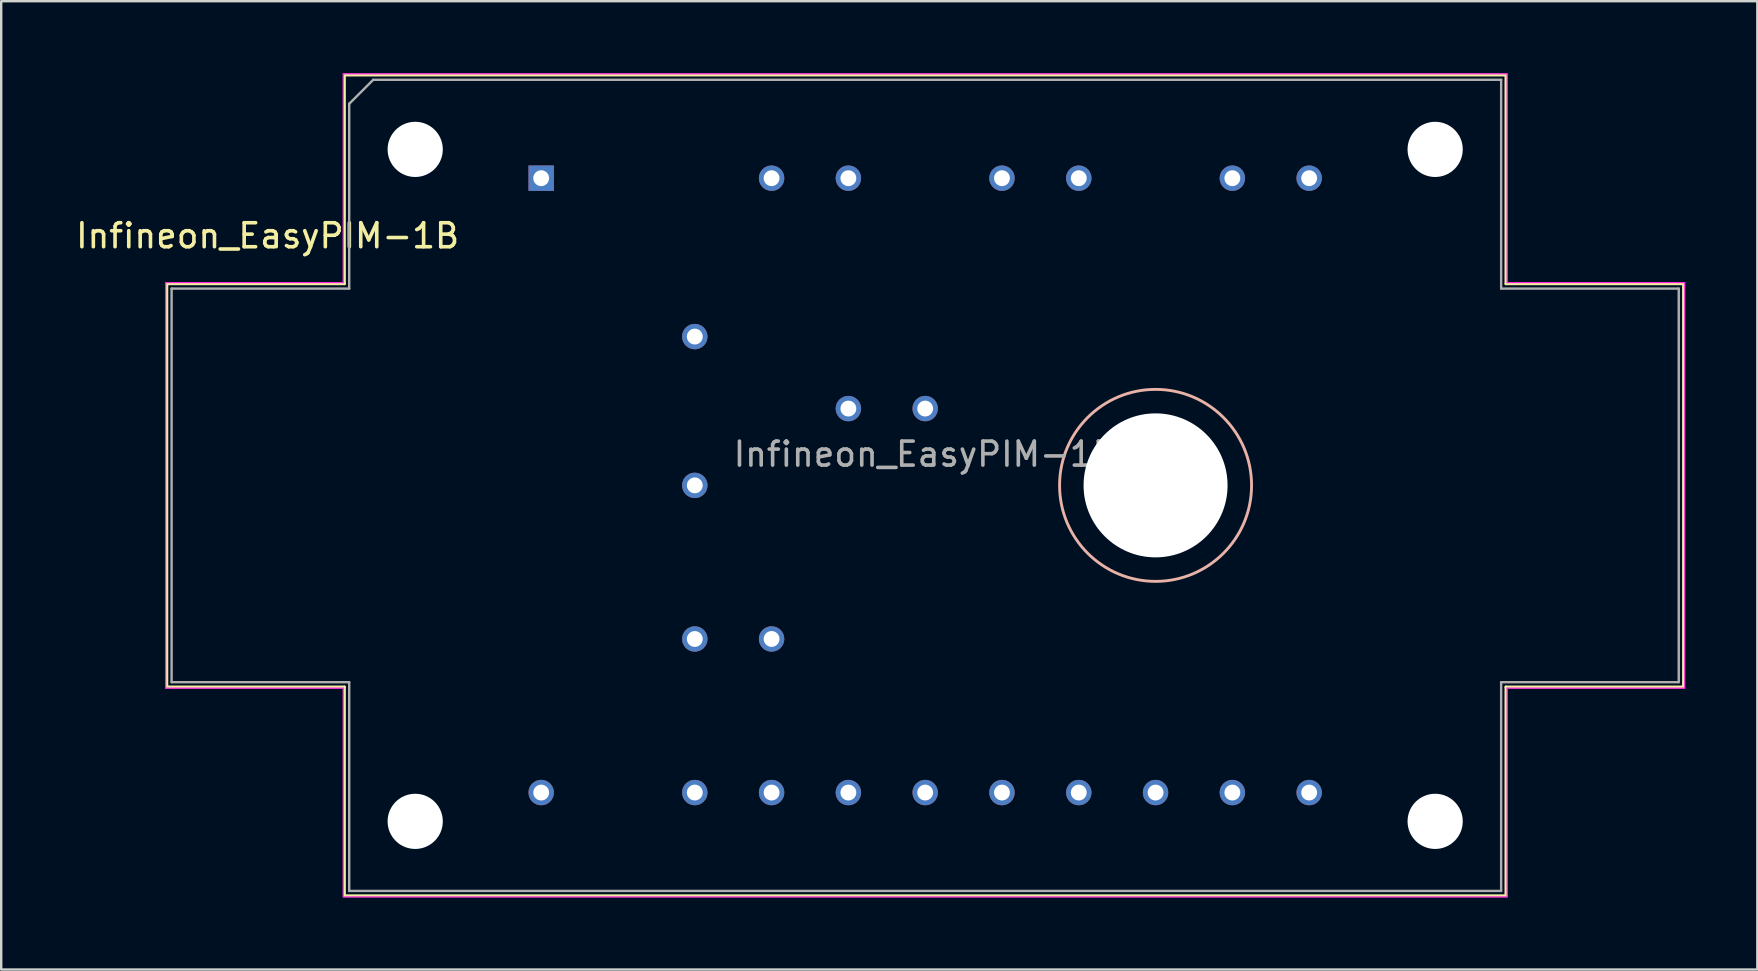
<source format=kicad_pcb>
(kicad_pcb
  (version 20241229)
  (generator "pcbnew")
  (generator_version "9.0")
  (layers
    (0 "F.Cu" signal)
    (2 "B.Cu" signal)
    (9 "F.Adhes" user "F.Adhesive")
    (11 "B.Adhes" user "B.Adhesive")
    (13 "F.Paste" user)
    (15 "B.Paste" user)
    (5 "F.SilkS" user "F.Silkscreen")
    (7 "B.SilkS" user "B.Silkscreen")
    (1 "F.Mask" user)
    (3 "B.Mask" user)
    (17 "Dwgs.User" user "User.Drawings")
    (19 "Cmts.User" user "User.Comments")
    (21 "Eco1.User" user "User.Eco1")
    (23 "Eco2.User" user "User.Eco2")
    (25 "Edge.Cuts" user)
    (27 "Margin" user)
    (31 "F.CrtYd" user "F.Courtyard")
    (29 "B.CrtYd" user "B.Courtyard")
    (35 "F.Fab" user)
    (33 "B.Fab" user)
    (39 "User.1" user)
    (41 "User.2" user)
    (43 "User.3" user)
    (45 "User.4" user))
  (footprint "Infineon_EasyPIM-1B"
    (layer "F.Cu")
    (at 19.501 4.375)
    (property "Reference" "Infineon_EasyPIM-1B" (at -11.4 2.4 0) (layer "F.SilkS") (effects (font (size 1 1) (thickness 0.15))))
    (attr through_hole)
    (fp_line (start -15.6 4.4) (end -15.6 21.2) (stroke (width 0.12) (type solid)) (layer "F.SilkS"))
    (fp_line (start -15.6 21.2) (end -8.2 21.2) (stroke (width 0.12) (type solid)) (layer "F.SilkS"))
    (fp_line (start -8.2 -4.3) (end -8.2 4.4) (stroke (width 0.12) (type solid)) (layer "F.SilkS"))
    (fp_line (start -8.2 4.4) (end -15.6 4.4) (stroke (width 0.12) (type solid)) (layer "F.SilkS"))
    (fp_line (start -8.2 21.2) (end -8.2 29.9) (stroke (width 0.12) (type solid)) (layer "F.SilkS"))
    (fp_line (start -8.2 29.9) (end 40.2 29.9) (stroke (width 0.12) (type solid)) (layer "F.SilkS"))
    (fp_line (start 40.2 -4.3) (end -8.2 -4.3) (stroke (width 0.12) (type solid)) (layer "F.SilkS"))
    (fp_line (start 40.2 4.4) (end 40.2 -4.3) (stroke (width 0.12) (type solid)) (layer "F.SilkS"))
    (fp_line (start 40.2 21.2) (end 47.6 21.2) (stroke (width 0.12) (type solid)) (layer "F.SilkS"))
    (fp_line (start 40.2 29.9) (end 40.2 21.2) (stroke (width 0.12) (type solid)) (layer "F.SilkS"))
    (fp_line (start 47.6 4.4) (end 40.2 4.4) (stroke (width 0.12) (type solid)) (layer "F.SilkS"))
    (fp_line (start 47.6 21.2) (end 47.6 4.4) (stroke (width 0.12) (type solid)) (layer "F.SilkS"))
    (fp_circle (center 25.6 12.8) (end 29.6 12.8) (stroke (width 0.12) (type solid)) (fill no) (layer "B.SilkS"))
    (fp_line (start -15.65 4.35) (end -15.65 21.25) (stroke (width 0.05) (type solid)) (layer "F.CrtYd"))
    (fp_line (start -8.25 -4.35) (end -8.25 4.35) (stroke (width 0.05) (type solid)) (layer "F.CrtYd"))
    (fp_line (start -8.25 -4.35) (end 40.25 -4.35) (stroke (width 0.05) (type solid)) (layer "F.CrtYd"))
    (fp_line (start -8.25 4.35) (end -15.65 4.35) (stroke (width 0.05) (type solid)) (layer "F.CrtYd"))
    (fp_line (start -8.25 21.25) (end -15.65 21.25) (stroke (width 0.05) (type solid)) (layer "F.CrtYd"))
    (fp_line (start -8.25 29.95) (end -8.25 21.25) (stroke (width 0.05) (type solid)) (layer "F.CrtYd"))
    (fp_line (start 40.25 4.35) (end 40.25 -4.35) (stroke (width 0.05) (type solid)) (layer "F.CrtYd"))
    (fp_line (start 40.25 21.25) (end 47.65 21.25) (stroke (width 0.05) (type solid)) (layer "F.CrtYd"))
    (fp_line (start 40.25 29.95) (end -8.25 29.95) (stroke (width 0.05) (type solid)) (layer "F.CrtYd"))
    (fp_line (start 40.25 29.95) (end 40.25 21.25) (stroke (width 0.05) (type solid)) (layer "F.CrtYd"))
    (fp_line (start 47.65 4.35) (end 40.25 4.35) (stroke (width 0.05) (type solid)) (layer "F.CrtYd"))
    (fp_line (start 47.65 21.25) (end 47.65 4.35) (stroke (width 0.05) (type solid)) (layer "F.CrtYd"))
    (fp_line (start -15.4 4.6) (end -15.4 21) (stroke (width 0.1) (type solid)) (layer "F.Fab"))
    (fp_line (start -15.4 4.6) (end -8 4.6) (stroke (width 0.1) (type solid)) (layer "F.Fab"))
    (fp_line (start -15.4 21) (end -8 21) (stroke (width 0.1) (type solid)) (layer "F.Fab"))
    (fp_line (start -8 4.6) (end -8 -3.1) (stroke (width 0.1) (type solid)) (layer "F.Fab"))
    (fp_line (start -8 29.7) (end -8 21) (stroke (width 0.1) (type solid)) (layer "F.Fab"))
    (fp_line (start -7 -4.1) (end -8 -3.1) (stroke (width 0.1) (type solid)) (layer "F.Fab"))
    (fp_line (start -7 -4.1) (end 40 -4.1) (stroke (width 0.1) (type solid)) (layer "F.Fab"))
    (fp_line (start 40 4.6) (end 40 -4.1) (stroke (width 0.1) (type solid)) (layer "F.Fab"))
    (fp_line (start 40 21) (end 40 29.7) (stroke (width 0.1) (type solid)) (layer "F.Fab"))
    (fp_line (start 40 29.7) (end -8 29.7) (stroke (width 0.1) (type solid)) (layer "F.Fab"))
    (fp_line (start 47.4 4.6) (end 40 4.6) (stroke (width 0.1) (type solid)) (layer "F.Fab"))
    (fp_line (start 47.4 4.6) (end 47.4 21) (stroke (width 0.1) (type solid)) (layer "F.Fab"))
    (fp_line (start 47.4 21) (end 40 21) (stroke (width 0.1) (type solid)) (layer "F.Fab"))
    (fp_text user "${REFERENCE}" (at 16 11.5 180) (layer "F.Fab") (effects (font (size 1 1) (thickness 0.15))))
    (pad "" np_thru_hole circle (at -5.25 -1.2) (size 2.3 2.3) (drill 2.3) (layers "*.Cu" "*.Mask"))
    (pad "" np_thru_hole circle (at -5.25 26.8) (size 2.3 2.3) (drill 2.3) (layers "*.Cu" "*.Mask"))
    (pad "" np_thru_hole circle (at 25.6 12.8) (size 6 6) (drill 6) (layers "*.Cu" "*.Mask"))
    (pad "" np_thru_hole circle (at 37.25 -1.2) (size 2.3 2.3) (drill 2.3) (layers "*.Cu" "*.Mask"))
    (pad "" np_thru_hole circle (at 37.25 26.8) (size 2.3 2.3) (drill 2.3) (layers "*.Cu" "*.Mask"))
    (pad "B" thru_hole circle (at 0 25.6) (size 1.06 1.06) (drill 0.66) (layers "*.Cu" "*.Mask"))
    (pad "EU" thru_hole circle (at 32 25.6) (size 1.06 1.06) (drill 0.66) (layers "*.Cu" "*.Mask"))
    (pad "EV" thru_hole circle (at 25.6 25.6) (size 1.06 1.06) (drill 0.66) (layers "*.Cu" "*.Mask"))
    (pad "EW" thru_hole circle (at 19.2 25.6) (size 1.06 1.06) (drill 0.66) (layers "*.Cu" "*.Mask"))
    (pad "G1" thru_hole circle (at 28.8 0) (size 1.06 1.06) (drill 0.66) (layers "*.Cu" "*.Mask"))
    (pad "G2" thru_hole circle (at 28.8 25.6) (size 1.06 1.06) (drill 0.66) (layers "*.Cu" "*.Mask"))
    (pad "G3" thru_hole circle (at 19.2 0) (size 1.06 1.06) (drill 0.66) (layers "*.Cu" "*.Mask"))
    (pad "G4" thru_hole circle (at 22.4 25.6) (size 1.06 1.06) (drill 0.66) (layers "*.Cu" "*.Mask"))
    (pad "G5" thru_hole circle (at 9.6 0) (size 1.06 1.06) (drill 0.66) (layers "*.Cu" "*.Mask"))
    (pad "G6" thru_hole circle (at 16 25.6) (size 1.06 1.06) (drill 0.66) (layers "*.Cu" "*.Mask"))
    (pad "GB" thru_hole circle (at 9.6 25.6) (size 1.06 1.06) (drill 0.66) (layers "*.Cu" "*.Mask"))
    (pad "L1" thru_hole rect (at 0 0) (size 1.06 1.06) (drill 0.66) (layers "*.Cu" "*.Mask"))
    (pad "L2" thru_hole circle (at 6.4 6.6) (size 1.06 1.06) (drill 0.66) (layers "*.Cu" "*.Mask"))
    (pad "L3" thru_hole circle (at 6.4 12.8) (size 1.06 1.06) (drill 0.66) (layers "*.Cu" "*.Mask"))
    (pad "N" thru_hole circle (at 12.8 25.6) (size 1.06 1.06) (drill 0.66) (layers "*.Cu" "*.Mask"))
    (pad "NB" thru_hole circle (at 6.4 25.6) (size 1.06 1.06) (drill 0.66) (layers "*.Cu" "*.Mask"))
    (pad "P" thru_hole circle (at 6.4 19.2) (size 1.06 1.06) (drill 0.66) (layers "*.Cu" "*.Mask"))
    (pad "P1" thru_hole circle (at 9.6 19.2) (size 1.06 1.06) (drill 0.66) (layers "*.Cu" "*.Mask"))
    (pad "T1" thru_hole circle (at 12.8 9.6) (size 1.06 1.06) (drill 0.66) (layers "*.Cu" "*.Mask"))
    (pad "T2" thru_hole circle (at 16 9.6) (size 1.06 1.06) (drill 0.66) (layers "*.Cu" "*.Mask"))
    (pad "U" thru_hole circle (at 32 0) (size 1.06 1.06) (drill 0.66) (layers "*.Cu" "*.Mask"))
    (pad "V" thru_hole circle (at 22.4 0) (size 1.06 1.06) (drill 0.66) (layers "*.Cu" "*.Mask"))
    (pad "W" thru_hole circle (at 12.8 0) (size 1.06 1.06) (drill 0.66) (layers "*.Cu" "*.Mask"))
    (zone (net_name "") (layers "F.Cu" "B.Cu") (name "MH") (hatch full 0.508) (connect_pads) (min_thickness 0.254) (filled_areas_thickness no) (keepout (tracks not_allowed) (vias not_allowed) (pads not_allowed) (copperpour not_allowed) (footprints not_allowed)) (placement (enabled no)) (fill) (polygon (pts (xy 13.746 17.175) (xy 13.727 16.744) (xy 13.668 16.317) (xy 13.571 15.896) (xy 13.436 15.486) (xy 13.265 15.091) (xy 13.059 14.712) (xy 12.819 14.353) (xy 12.547 14.018) (xy 12.246 13.709) (xy 11.919 13.428) (xy 11.567 13.178) (xy 11.194 12.961) (xy 10.803 12.779) (xy 10.397 12.633) (xy 9.98 12.524) (xy 9.554 12.453) (xy 9.124 12.422) (xy 8.693 12.429) (xy 8.264 12.476) (xy 7.841 12.561) (xy 7.427 12.684) (xy 7.027 12.845) (xy 6.642 13.04) (xy 6.277 13.27) (xy 5.935 13.532) (xy 5.617 13.824) (xy 5.327 14.144) (xy 5.068 14.489) (xy 4.84 14.855) (xy 4.647 15.241) (xy 4.49 15.643) (xy 4.369 16.057) (xy 4.287 16.48) (xy 4.244 16.91) (xy 4.239 17.341) (xy 4.274 17.771) (xy 4.347 18.196) (xy 4.459 18.613) (xy 4.608 19.018) (xy 4.793 19.407) (xy 5.012 19.779) (xy 5.265 20.129) (xy 5.548 20.454) (xy 5.859 20.753) (xy 6.196 21.022) (xy 6.556 21.259) (xy 6.937 21.463) (xy 7.334 21.632) (xy 7.744 21.764) (xy 8.165 21.858) (xy 8.593 21.913) (xy 9.024 21.93) (xy 9.455 21.907) (xy 9.882 21.846) (xy 10.302 21.746) (xy 10.711 21.608) (xy 11.105 21.434) (xy 11.483 21.225) (xy 11.84 20.983) (xy 12.173 20.709) (xy 12.48 20.406) (xy 12.759 20.076) (xy 13.006 19.723) (xy 13.22 19.349) (xy 13.4 18.956) (xy 13.543 18.549) (xy 13.649 18.131) (xy 13.717 17.705) (xy 13.745 17.275))))
    (zone (net_name "") (layers "F.Cu" "B.Cu") (name "MH") (hatch full 0.508) (connect_pads) (min_thickness 0.254) (filled_areas_thickness no) (keepout (tracks not_allowed) (vias not_allowed) (pads not_allowed) (copperpour not_allowed) (footprints not_allowed)) (placement (enabled no)) (fill) (polygon (pts (xy 66.746 17.175) (xy 66.727 16.744) (xy 66.668 16.317) (xy 66.571 15.896) (xy 66.436 15.486) (xy 66.265 15.091) (xy 66.059 14.712) (xy 65.819 14.353) (xy 65.547 14.018) (xy 65.246 13.709) (xy 64.919 13.428) (xy 64.567 13.178) (xy 64.194 12.961) (xy 63.803 12.779) (xy 63.397 12.633) (xy 62.98 12.524) (xy 62.554 12.453) (xy 62.124 12.422) (xy 61.693 12.429) (xy 61.264 12.476) (xy 60.841 12.561) (xy 60.427 12.684) (xy 60.027 12.845) (xy 59.642 13.04) (xy 59.277 13.27) (xy 58.935 13.532) (xy 58.617 13.824) (xy 58.327 14.144) (xy 58.068 14.489) (xy 57.84 14.855) (xy 57.647 15.241) (xy 57.49 15.643) (xy 57.369 16.057) (xy 57.287 16.48) (xy 57.244 16.91) (xy 57.239 17.341) (xy 57.274 17.771) (xy 57.347 18.196) (xy 57.459 18.613) (xy 57.608 19.018) (xy 57.793 19.407) (xy 58.012 19.779) (xy 58.265 20.129) (xy 58.548 20.454) (xy 58.859 20.753) (xy 59.196 21.022) (xy 59.556 21.259) (xy 59.937 21.463) (xy 60.334 21.632) (xy 60.744 21.764) (xy 61.165 21.858) (xy 61.593 21.913) (xy 62.024 21.93) (xy 62.455 21.907) (xy 62.882 21.846) (xy 63.302 21.746) (xy 63.711 21.608) (xy 64.105 21.434) (xy 64.483 21.225) (xy 64.84 20.983) (xy 65.173 20.709) (xy 65.48 20.406) (xy 65.759 20.076) (xy 66.006 19.723) (xy 66.22 19.349) (xy 66.4 18.956) (xy 66.543 18.549) (xy 66.649 18.131) (xy 66.717 17.705) (xy 66.745 17.275)))))
  (gr_rect
    (start -3 -3)
    (end 70.176 37.35)
    (stroke (width 0.1) (type default))
    (fill no)
    (layer "Edge.Cuts")))
</source>
